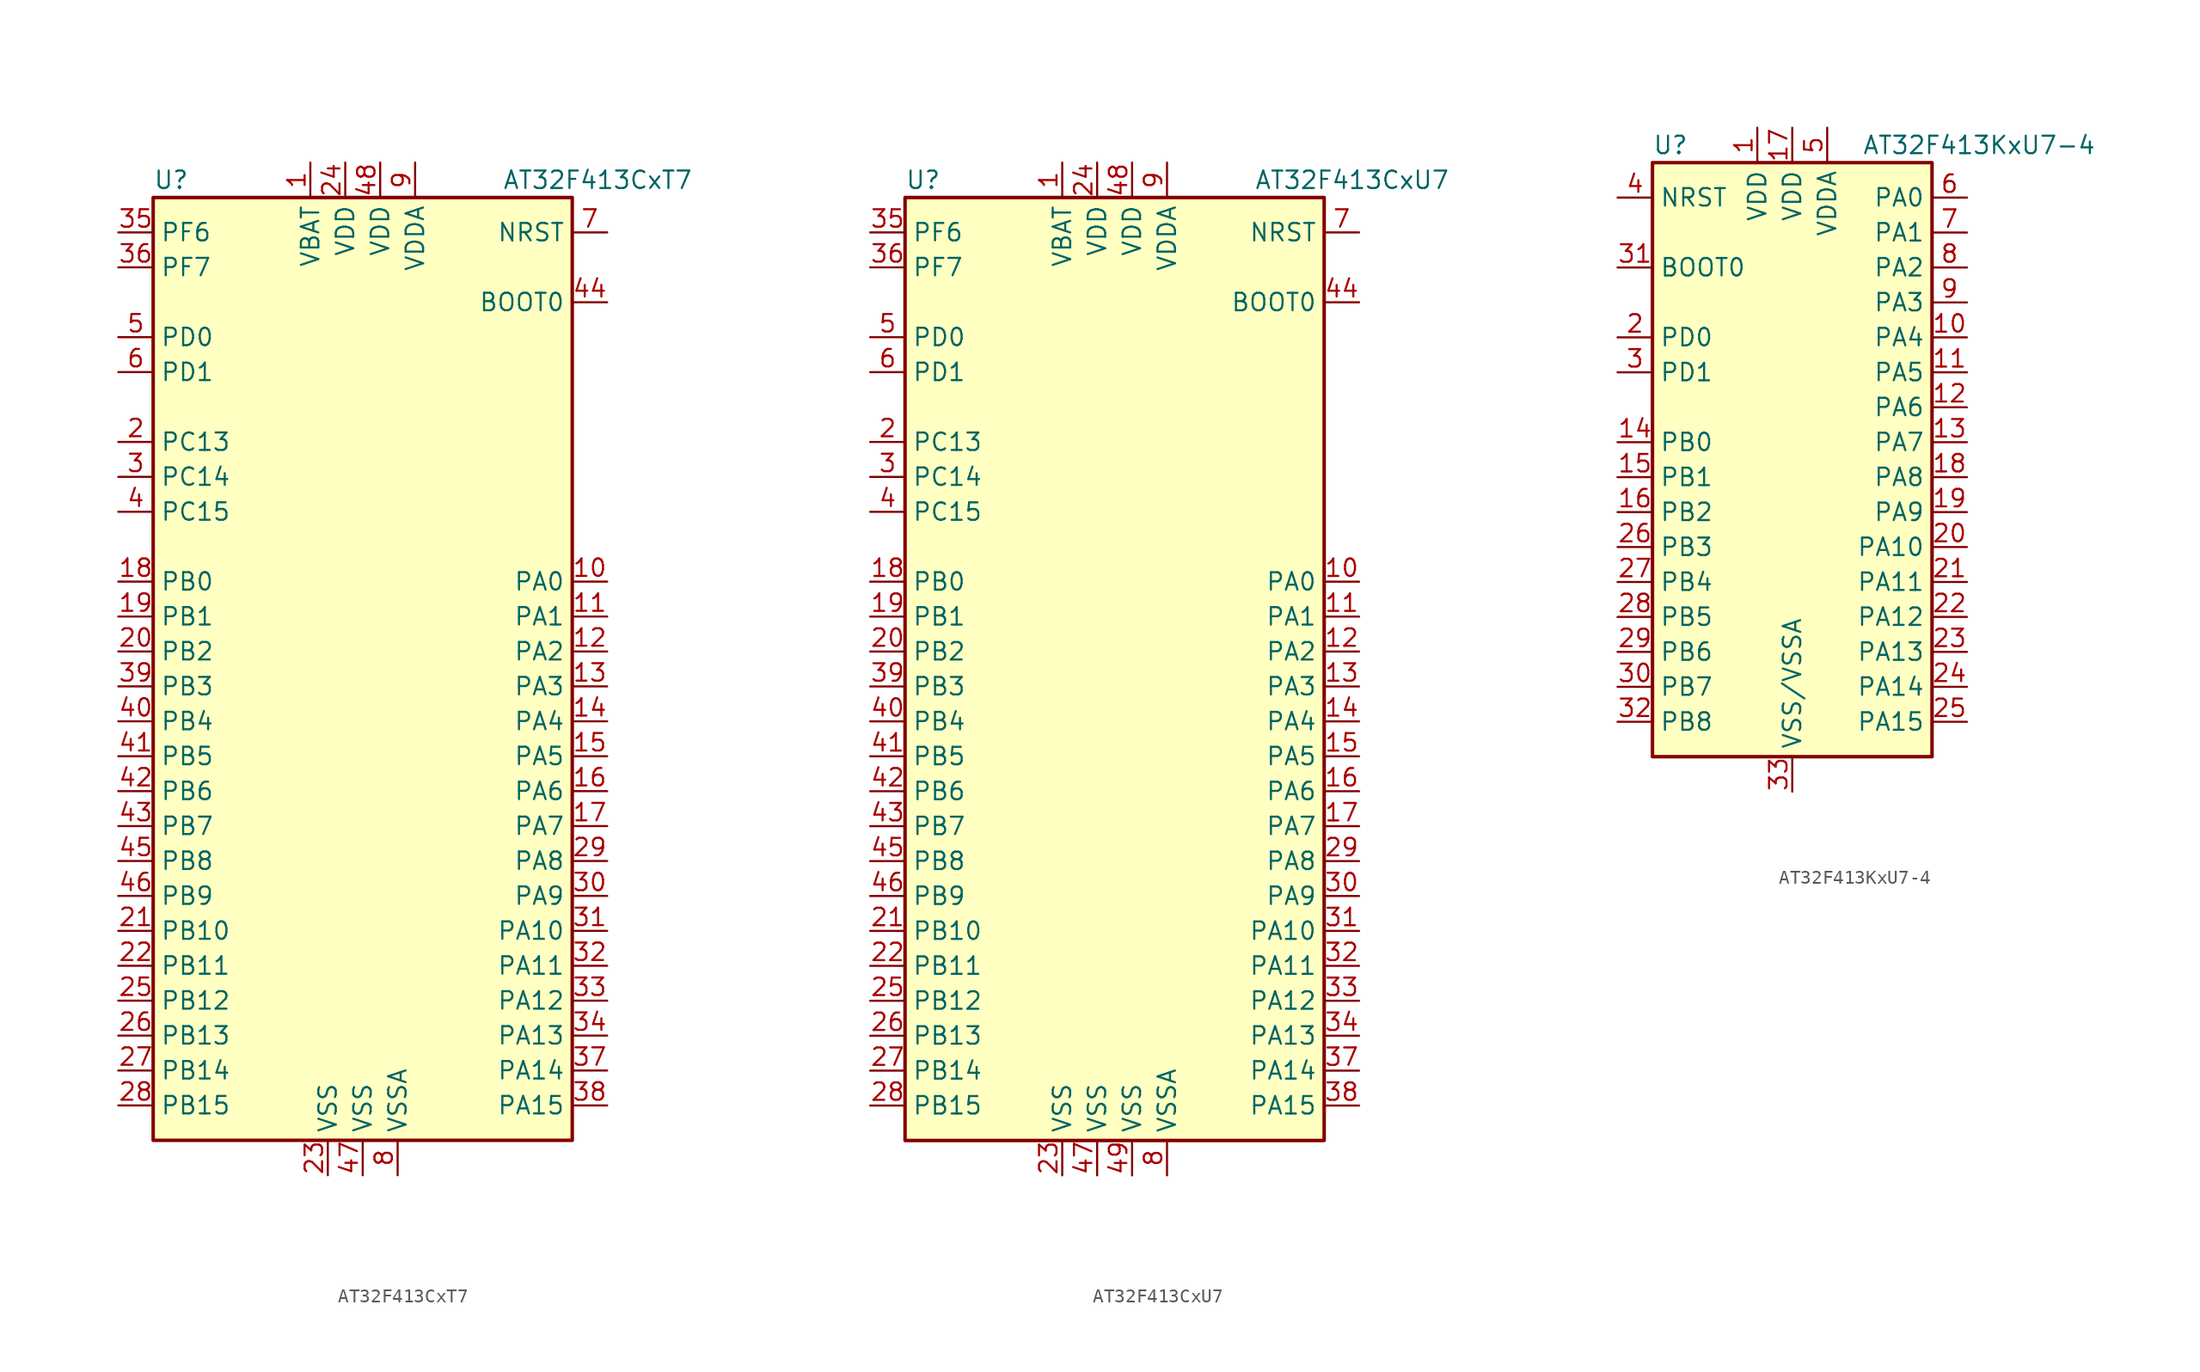
<source format=kicad_sym>
(kicad_symbol_lib
  (version 20220331)
  (generator kicad_symbol_editor)
  (symbol "AT32F413CxT7"
    (property "Reference" "U"
      (at -15.24 35.56 0)
      (effects (font (size 1.27 1.27)) (justify left)))
    (property "Value" "AT32F413CxT7"
      (at 10.16 35.56 0)
      (effects (font (size 1.27 1.27)) (justify left)))
    (symbol "AT32F413CxT7_0_1"
      (rectangle (start -15.24 34.29) (end 15.24 -34.29) (stroke (width 0.254) (type default)) (fill (type background))))
    (symbol "AT32F413CxT7_1_1"
      (pin power_in line (at -3.81 36.83 270) (length 2.54) (name "VBAT" (effects (font (size 1.27 1.27)))) (number "1" (effects (font (size 1.27 1.27)))))
      (pin bidirectional line (at 17.78 6.35 180) (length 2.54) (name "PA0" (effects (font (size 1.27 1.27)))) (number "10" (effects (font (size 1.27 1.27)))))
      (pin bidirectional line (at 17.78 3.81 180) (length 2.54) (name "PA1" (effects (font (size 1.27 1.27)))) (number "11" (effects (font (size 1.27 1.27)))))
      (pin bidirectional line (at 17.78 1.27 180) (length 2.54) (name "PA2" (effects (font (size 1.27 1.27)))) (number "12" (effects (font (size 1.27 1.27)))))
      (pin bidirectional line (at 17.78 -1.27 180) (length 2.54) (name "PA3" (effects (font (size 1.27 1.27)))) (number "13" (effects (font (size 1.27 1.27)))))
      (pin bidirectional line (at 17.78 -3.81 180) (length 2.54) (name "PA4" (effects (font (size 1.27 1.27)))) (number "14" (effects (font (size 1.27 1.27)))))
      (pin bidirectional line (at 17.78 -6.35 180) (length 2.54) (name "PA5" (effects (font (size 1.27 1.27)))) (number "15" (effects (font (size 1.27 1.27)))))
      (pin bidirectional line (at 17.78 -8.89 180) (length 2.54) (name "PA6" (effects (font (size 1.27 1.27)))) (number "16" (effects (font (size 1.27 1.27)))))
      (pin bidirectional line (at 17.78 -11.43 180) (length 2.54) (name "PA7" (effects (font (size 1.27 1.27)))) (number "17" (effects (font (size 1.27 1.27)))))
      (pin bidirectional line (at -17.78 6.35 0) (length 2.54) (name "PB0" (effects (font (size 1.27 1.27)))) (number "18" (effects (font (size 1.27 1.27)))))
      (pin bidirectional line (at -17.78 3.81 0) (length 2.54) (name "PB1" (effects (font (size 1.27 1.27)))) (number "19" (effects (font (size 1.27 1.27)))))
      (pin bidirectional line (at -17.78 16.51 0) (length 2.54) (name "PC13" (effects (font (size 1.27 1.27)))) (number "2" (effects (font (size 1.27 1.27)))))
      (pin bidirectional line (at -17.78 1.27 0) (length 2.54) (name "PB2" (effects (font (size 1.27 1.27)))) (number "20" (effects (font (size 1.27 1.27)))))
      (pin bidirectional line (at -17.78 -19.05 0) (length 2.54) (name "PB10" (effects (font (size 1.27 1.27)))) (number "21" (effects (font (size 1.27 1.27)))))
      (pin bidirectional line (at -17.78 -21.59 0) (length 2.54) (name "PB11" (effects (font (size 1.27 1.27)))) (number "22" (effects (font (size 1.27 1.27)))))
      (pin power_in line (at -2.54 -36.83 90) (length 2.54) (name "VSS" (effects (font (size 1.27 1.27)))) (number "23" (effects (font (size 1.27 1.27)))))
      (pin power_in line (at -1.27 36.83 270) (length 2.54) (name "VDD" (effects (font (size 1.27 1.27)))) (number "24" (effects (font (size 1.27 1.27)))))
      (pin bidirectional line (at -17.78 -24.13 0) (length 2.54) (name "PB12" (effects (font (size 1.27 1.27)))) (number "25" (effects (font (size 1.27 1.27)))))
      (pin bidirectional line (at -17.78 -26.67 0) (length 2.54) (name "PB13" (effects (font (size 1.27 1.27)))) (number "26" (effects (font (size 1.27 1.27)))))
      (pin bidirectional line (at -17.78 -29.21 0) (length 2.54) (name "PB14" (effects (font (size 1.27 1.27)))) (number "27" (effects (font (size 1.27 1.27)))))
      (pin bidirectional line (at -17.78 -31.75 0) (length 2.54) (name "PB15" (effects (font (size 1.27 1.27)))) (number "28" (effects (font (size 1.27 1.27)))))
      (pin bidirectional line (at 17.78 -13.97 180) (length 2.54) (name "PA8" (effects (font (size 1.27 1.27)))) (number "29" (effects (font (size 1.27 1.27)))))
      (pin bidirectional line (at -17.78 13.97 0) (length 2.54) (name "PC14" (effects (font (size 1.27 1.27)))) (number "3" (effects (font (size 1.27 1.27)))))
      (pin bidirectional line (at 17.78 -16.51 180) (length 2.54) (name "PA9" (effects (font (size 1.27 1.27)))) (number "30" (effects (font (size 1.27 1.27)))))
      (pin bidirectional line (at 17.78 -19.05 180) (length 2.54) (name "PA10" (effects (font (size 1.27 1.27)))) (number "31" (effects (font (size 1.27 1.27)))))
      (pin bidirectional line (at 17.78 -21.59 180) (length 2.54) (name "PA11" (effects (font (size 1.27 1.27)))) (number "32" (effects (font (size 1.27 1.27)))))
      (pin bidirectional line (at 17.78 -24.13 180) (length 2.54) (name "PA12" (effects (font (size 1.27 1.27)))) (number "33" (effects (font (size 1.27 1.27)))))
      (pin bidirectional line (at 17.78 -26.67 180) (length 2.54) (name "PA13" (effects (font (size 1.27 1.27)))) (number "34" (effects (font (size 1.27 1.27)))))
      (pin bidirectional line (at -17.78 31.75 0) (length 2.54) (name "PF6" (effects (font (size 1.27 1.27)))) (number "35" (effects (font (size 1.27 1.27)))))
      (pin bidirectional line (at -17.78 29.21 0) (length 2.54) (name "PF7" (effects (font (size 1.27 1.27)))) (number "36" (effects (font (size 1.27 1.27)))))
      (pin bidirectional line (at 17.78 -29.21 180) (length 2.54) (name "PA14" (effects (font (size 1.27 1.27)))) (number "37" (effects (font (size 1.27 1.27)))))
      (pin bidirectional line (at 17.78 -31.75 180) (length 2.54) (name "PA15" (effects (font (size 1.27 1.27)))) (number "38" (effects (font (size 1.27 1.27)))))
      (pin bidirectional line (at -17.78 -1.27 0) (length 2.54) (name "PB3" (effects (font (size 1.27 1.27)))) (number "39" (effects (font (size 1.27 1.27)))))
      (pin bidirectional line (at -17.78 11.43 0) (length 2.54) (name "PC15" (effects (font (size 1.27 1.27)))) (number "4" (effects (font (size 1.27 1.27)))))
      (pin bidirectional line (at -17.78 -3.81 0) (length 2.54) (name "PB4" (effects (font (size 1.27 1.27)))) (number "40" (effects (font (size 1.27 1.27)))))
      (pin bidirectional line (at -17.78 -6.35 0) (length 2.54) (name "PB5" (effects (font (size 1.27 1.27)))) (number "41" (effects (font (size 1.27 1.27)))))
      (pin bidirectional line (at -17.78 -8.89 0) (length 2.54) (name "PB6" (effects (font (size 1.27 1.27)))) (number "42" (effects (font (size 1.27 1.27)))))
      (pin bidirectional line (at -17.78 -11.43 0) (length 2.54) (name "PB7" (effects (font (size 1.27 1.27)))) (number "43" (effects (font (size 1.27 1.27)))))
      (pin input line (at 17.78 26.67 180) (length 2.54) (name "BOOT0" (effects (font (size 1.27 1.27)))) (number "44" (effects (font (size 1.27 1.27)))))
      (pin bidirectional line (at -17.78 -13.97 0) (length 2.54) (name "PB8" (effects (font (size 1.27 1.27)))) (number "45" (effects (font (size 1.27 1.27)))))
      (pin bidirectional line (at -17.78 -16.51 0) (length 2.54) (name "PB9" (effects (font (size 1.27 1.27)))) (number "46" (effects (font (size 1.27 1.27)))))
      (pin power_in line (at 0 -36.83 90) (length 2.54) (name "VSS" (effects (font (size 1.27 1.27)))) (number "47" (effects (font (size 1.27 1.27)))))
      (pin power_in line (at 1.27 36.83 270) (length 2.54) (name "VDD" (effects (font (size 1.27 1.27)))) (number "48" (effects (font (size 1.27 1.27)))))
      (pin input line (at -17.78 24.13 0) (length 2.54) (name "PD0" (effects (font (size 1.27 1.27)))) (number "5" (effects (font (size 1.27 1.27)))))
      (pin input line (at -17.78 21.59 0) (length 2.54) (name "PD1" (effects (font (size 1.27 1.27)))) (number "6" (effects (font (size 1.27 1.27)))))
      (pin input line (at 17.78 31.75 180) (length 2.54) (name "NRST" (effects (font (size 1.27 1.27)))) (number "7" (effects (font (size 1.27 1.27)))))
      (pin power_in line (at 2.54 -36.83 90) (length 2.54) (name "VSSA" (effects (font (size 1.27 1.27)))) (number "8" (effects (font (size 1.27 1.27)))))
      (pin power_in line (at 3.81 36.83 270) (length 2.54) (name "VDDA" (effects (font (size 1.27 1.27)))) (number "9" (effects (font (size 1.27 1.27)))))))
  (symbol "AT32F413CxU7"
    (property "Reference" "U"
      (at -15.24 35.56 0)
      (effects (font (size 1.27 1.27)) (justify left)))
    (property "Value" "AT32F413CxU7"
      (at 10.16 35.56 0)
      (effects (font (size 1.27 1.27)) (justify left)))
    (symbol "AT32F413CxU7_0_1"
      (rectangle (start -15.24 34.29) (end 15.24 -34.29) (stroke (width 0.254) (type default)) (fill (type background))))
    (symbol "AT32F413CxU7_1_1"
      (pin power_in line (at -3.81 36.83 270) (length 2.54) (name "VBAT" (effects (font (size 1.27 1.27)))) (number "1" (effects (font (size 1.27 1.27)))))
      (pin bidirectional line (at 17.78 6.35 180) (length 2.54) (name "PA0" (effects (font (size 1.27 1.27)))) (number "10" (effects (font (size 1.27 1.27)))))
      (pin bidirectional line (at 17.78 3.81 180) (length 2.54) (name "PA1" (effects (font (size 1.27 1.27)))) (number "11" (effects (font (size 1.27 1.27)))))
      (pin bidirectional line (at 17.78 1.27 180) (length 2.54) (name "PA2" (effects (font (size 1.27 1.27)))) (number "12" (effects (font (size 1.27 1.27)))))
      (pin bidirectional line (at 17.78 -1.27 180) (length 2.54) (name "PA3" (effects (font (size 1.27 1.27)))) (number "13" (effects (font (size 1.27 1.27)))))
      (pin bidirectional line (at 17.78 -3.81 180) (length 2.54) (name "PA4" (effects (font (size 1.27 1.27)))) (number "14" (effects (font (size 1.27 1.27)))))
      (pin bidirectional line (at 17.78 -6.35 180) (length 2.54) (name "PA5" (effects (font (size 1.27 1.27)))) (number "15" (effects (font (size 1.27 1.27)))))
      (pin bidirectional line (at 17.78 -8.89 180) (length 2.54) (name "PA6" (effects (font (size 1.27 1.27)))) (number "16" (effects (font (size 1.27 1.27)))))
      (pin bidirectional line (at 17.78 -11.43 180) (length 2.54) (name "PA7" (effects (font (size 1.27 1.27)))) (number "17" (effects (font (size 1.27 1.27)))))
      (pin bidirectional line (at -17.78 6.35 0) (length 2.54) (name "PB0" (effects (font (size 1.27 1.27)))) (number "18" (effects (font (size 1.27 1.27)))))
      (pin bidirectional line (at -17.78 3.81 0) (length 2.54) (name "PB1" (effects (font (size 1.27 1.27)))) (number "19" (effects (font (size 1.27 1.27)))))
      (pin bidirectional line (at -17.78 16.51 0) (length 2.54) (name "PC13" (effects (font (size 1.27 1.27)))) (number "2" (effects (font (size 1.27 1.27)))))
      (pin bidirectional line (at -17.78 1.27 0) (length 2.54) (name "PB2" (effects (font (size 1.27 1.27)))) (number "20" (effects (font (size 1.27 1.27)))))
      (pin bidirectional line (at -17.78 -19.05 0) (length 2.54) (name "PB10" (effects (font (size 1.27 1.27)))) (number "21" (effects (font (size 1.27 1.27)))))
      (pin bidirectional line (at -17.78 -21.59 0) (length 2.54) (name "PB11" (effects (font (size 1.27 1.27)))) (number "22" (effects (font (size 1.27 1.27)))))
      (pin power_in line (at -3.81 -36.83 90) (length 2.54) (name "VSS" (effects (font (size 1.27 1.27)))) (number "23" (effects (font (size 1.27 1.27)))))
      (pin power_in line (at -1.27 36.83 270) (length 2.54) (name "VDD" (effects (font (size 1.27 1.27)))) (number "24" (effects (font (size 1.27 1.27)))))
      (pin bidirectional line (at -17.78 -24.13 0) (length 2.54) (name "PB12" (effects (font (size 1.27 1.27)))) (number "25" (effects (font (size 1.27 1.27)))))
      (pin bidirectional line (at -17.78 -26.67 0) (length 2.54) (name "PB13" (effects (font (size 1.27 1.27)))) (number "26" (effects (font (size 1.27 1.27)))))
      (pin bidirectional line (at -17.78 -29.21 0) (length 2.54) (name "PB14" (effects (font (size 1.27 1.27)))) (number "27" (effects (font (size 1.27 1.27)))))
      (pin bidirectional line (at -17.78 -31.75 0) (length 2.54) (name "PB15" (effects (font (size 1.27 1.27)))) (number "28" (effects (font (size 1.27 1.27)))))
      (pin bidirectional line (at 17.78 -13.97 180) (length 2.54) (name "PA8" (effects (font (size 1.27 1.27)))) (number "29" (effects (font (size 1.27 1.27)))))
      (pin bidirectional line (at -17.78 13.97 0) (length 2.54) (name "PC14" (effects (font (size 1.27 1.27)))) (number "3" (effects (font (size 1.27 1.27)))))
      (pin bidirectional line (at 17.78 -16.51 180) (length 2.54) (name "PA9" (effects (font (size 1.27 1.27)))) (number "30" (effects (font (size 1.27 1.27)))))
      (pin bidirectional line (at 17.78 -19.05 180) (length 2.54) (name "PA10" (effects (font (size 1.27 1.27)))) (number "31" (effects (font (size 1.27 1.27)))))
      (pin bidirectional line (at 17.78 -21.59 180) (length 2.54) (name "PA11" (effects (font (size 1.27 1.27)))) (number "32" (effects (font (size 1.27 1.27)))))
      (pin bidirectional line (at 17.78 -24.13 180) (length 2.54) (name "PA12" (effects (font (size 1.27 1.27)))) (number "33" (effects (font (size 1.27 1.27)))))
      (pin bidirectional line (at 17.78 -26.67 180) (length 2.54) (name "PA13" (effects (font (size 1.27 1.27)))) (number "34" (effects (font (size 1.27 1.27)))))
      (pin bidirectional line (at -17.78 31.75 0) (length 2.54) (name "PF6" (effects (font (size 1.27 1.27)))) (number "35" (effects (font (size 1.27 1.27)))))
      (pin bidirectional line (at -17.78 29.21 0) (length 2.54) (name "PF7" (effects (font (size 1.27 1.27)))) (number "36" (effects (font (size 1.27 1.27)))))
      (pin bidirectional line (at 17.78 -29.21 180) (length 2.54) (name "PA14" (effects (font (size 1.27 1.27)))) (number "37" (effects (font (size 1.27 1.27)))))
      (pin bidirectional line (at 17.78 -31.75 180) (length 2.54) (name "PA15" (effects (font (size 1.27 1.27)))) (number "38" (effects (font (size 1.27 1.27)))))
      (pin bidirectional line (at -17.78 -1.27 0) (length 2.54) (name "PB3" (effects (font (size 1.27 1.27)))) (number "39" (effects (font (size 1.27 1.27)))))
      (pin bidirectional line (at -17.78 11.43 0) (length 2.54) (name "PC15" (effects (font (size 1.27 1.27)))) (number "4" (effects (font (size 1.27 1.27)))))
      (pin bidirectional line (at -17.78 -3.81 0) (length 2.54) (name "PB4" (effects (font (size 1.27 1.27)))) (number "40" (effects (font (size 1.27 1.27)))))
      (pin bidirectional line (at -17.78 -6.35 0) (length 2.54) (name "PB5" (effects (font (size 1.27 1.27)))) (number "41" (effects (font (size 1.27 1.27)))))
      (pin bidirectional line (at -17.78 -8.89 0) (length 2.54) (name "PB6" (effects (font (size 1.27 1.27)))) (number "42" (effects (font (size 1.27 1.27)))))
      (pin bidirectional line (at -17.78 -11.43 0) (length 2.54) (name "PB7" (effects (font (size 1.27 1.27)))) (number "43" (effects (font (size 1.27 1.27)))))
      (pin input line (at 17.78 26.67 180) (length 2.54) (name "BOOT0" (effects (font (size 1.27 1.27)))) (number "44" (effects (font (size 1.27 1.27)))))
      (pin bidirectional line (at -17.78 -13.97 0) (length 2.54) (name "PB8" (effects (font (size 1.27 1.27)))) (number "45" (effects (font (size 1.27 1.27)))))
      (pin bidirectional line (at -17.78 -16.51 0) (length 2.54) (name "PB9" (effects (font (size 1.27 1.27)))) (number "46" (effects (font (size 1.27 1.27)))))
      (pin power_in line (at -1.27 -36.83 90) (length 2.54) (name "VSS" (effects (font (size 1.27 1.27)))) (number "47" (effects (font (size 1.27 1.27)))))
      (pin power_in line (at 1.27 36.83 270) (length 2.54) (name "VDD" (effects (font (size 1.27 1.27)))) (number "48" (effects (font (size 1.27 1.27)))))
      (pin power_in line (at 1.27 -36.83 90) (length 2.54) (name "VSS" (effects (font (size 1.27 1.27)))) (number "49" (effects (font (size 1.27 1.27)))))
      (pin input line (at -17.78 24.13 0) (length 2.54) (name "PD0" (effects (font (size 1.27 1.27)))) (number "5" (effects (font (size 1.27 1.27)))))
      (pin input line (at -17.78 21.59 0) (length 2.54) (name "PD1" (effects (font (size 1.27 1.27)))) (number "6" (effects (font (size 1.27 1.27)))))
      (pin input line (at 17.78 31.75 180) (length 2.54) (name "NRST" (effects (font (size 1.27 1.27)))) (number "7" (effects (font (size 1.27 1.27)))))
      (pin power_in line (at 3.81 -36.83 90) (length 2.54) (name "VSSA" (effects (font (size 1.27 1.27)))) (number "8" (effects (font (size 1.27 1.27)))))
      (pin power_in line (at 3.81 36.83 270) (length 2.54) (name "VDDA" (effects (font (size 1.27 1.27)))) (number "9" (effects (font (size 1.27 1.27)))))))
  (symbol "AT32F413KxU7-4"
    (property "Reference" "U"
      (at -10.16 22.86 0)
      (effects (font (size 1.27 1.27)) (justify left)))
    (property "Value" "AT32F413KxU7-4"
      (at 5.08 22.86 0)
      (effects (font (size 1.27 1.27)) (justify left)))
    (symbol "AT32F413KxU7-4_0_1"
      (rectangle (start -10.16 21.59) (end 10.16 -21.59) (stroke (width 0.254) (type default)) (fill (type background))))
    (symbol "AT32F413KxU7-4_1_1"
      (pin power_in line (at -2.54 24.13 270) (length 2.54) (name "VDD" (effects (font (size 1.27 1.27)))) (number "1" (effects (font (size 1.27 1.27)))))
      (pin bidirectional line (at 12.7 8.89 180) (length 2.54) (name "PA4" (effects (font (size 1.27 1.27)))) (number "10" (effects (font (size 1.27 1.27)))))
      (pin bidirectional line (at 12.7 6.35 180) (length 2.54) (name "PA5" (effects (font (size 1.27 1.27)))) (number "11" (effects (font (size 1.27 1.27)))))
      (pin bidirectional line (at 12.7 3.81 180) (length 2.54) (name "PA6" (effects (font (size 1.27 1.27)))) (number "12" (effects (font (size 1.27 1.27)))))
      (pin bidirectional line (at 12.7 1.27 180) (length 2.54) (name "PA7" (effects (font (size 1.27 1.27)))) (number "13" (effects (font (size 1.27 1.27)))))
      (pin bidirectional line (at -12.7 1.27 0) (length 2.54) (name "PB0" (effects (font (size 1.27 1.27)))) (number "14" (effects (font (size 1.27 1.27)))))
      (pin bidirectional line (at -12.7 -1.27 0) (length 2.54) (name "PB1" (effects (font (size 1.27 1.27)))) (number "15" (effects (font (size 1.27 1.27)))))
      (pin bidirectional line (at -12.7 -3.81 0) (length 2.54) (name "PB2" (effects (font (size 1.27 1.27)))) (number "16" (effects (font (size 1.27 1.27)))))
      (pin power_in line (at 0 24.13 270) (length 2.54) (name "VDD" (effects (font (size 1.27 1.27)))) (number "17" (effects (font (size 1.27 1.27)))))
      (pin bidirectional line (at 12.7 -1.27 180) (length 2.54) (name "PA8" (effects (font (size 1.27 1.27)))) (number "18" (effects (font (size 1.27 1.27)))))
      (pin bidirectional line (at 12.7 -3.81 180) (length 2.54) (name "PA9" (effects (font (size 1.27 1.27)))) (number "19" (effects (font (size 1.27 1.27)))))
      (pin input line (at -12.7 8.89 0) (length 2.54) (name "PD0" (effects (font (size 1.27 1.27)))) (number "2" (effects (font (size 1.27 1.27)))))
      (pin bidirectional line (at 12.7 -6.35 180) (length 2.54) (name "PA10" (effects (font (size 1.27 1.27)))) (number "20" (effects (font (size 1.27 1.27)))))
      (pin bidirectional line (at 12.7 -8.89 180) (length 2.54) (name "PA11" (effects (font (size 1.27 1.27)))) (number "21" (effects (font (size 1.27 1.27)))))
      (pin bidirectional line (at 12.7 -11.43 180) (length 2.54) (name "PA12" (effects (font (size 1.27 1.27)))) (number "22" (effects (font (size 1.27 1.27)))))
      (pin bidirectional line (at 12.7 -13.97 180) (length 2.54) (name "PA13" (effects (font (size 1.27 1.27)))) (number "23" (effects (font (size 1.27 1.27)))))
      (pin bidirectional line (at 12.7 -16.51 180) (length 2.54) (name "PA14" (effects (font (size 1.27 1.27)))) (number "24" (effects (font (size 1.27 1.27)))))
      (pin bidirectional line (at 12.7 -19.05 180) (length 2.54) (name "PA15" (effects (font (size 1.27 1.27)))) (number "25" (effects (font (size 1.27 1.27)))))
      (pin bidirectional line (at -12.7 -6.35 0) (length 2.54) (name "PB3" (effects (font (size 1.27 1.27)))) (number "26" (effects (font (size 1.27 1.27)))))
      (pin bidirectional line (at -12.7 -8.89 0) (length 2.54) (name "PB4" (effects (font (size 1.27 1.27)))) (number "27" (effects (font (size 1.27 1.27)))))
      (pin bidirectional line (at -12.7 -11.43 0) (length 2.54) (name "PB5" (effects (font (size 1.27 1.27)))) (number "28" (effects (font (size 1.27 1.27)))))
      (pin bidirectional line (at -12.7 -13.97 0) (length 2.54) (name "PB6" (effects (font (size 1.27 1.27)))) (number "29" (effects (font (size 1.27 1.27)))))
      (pin input line (at -12.7 6.35 0) (length 2.54) (name "PD1" (effects (font (size 1.27 1.27)))) (number "3" (effects (font (size 1.27 1.27)))))
      (pin bidirectional line (at -12.7 -16.51 0) (length 2.54) (name "PB7" (effects (font (size 1.27 1.27)))) (number "30" (effects (font (size 1.27 1.27)))))
      (pin input line (at -12.7 13.97 0) (length 2.54) (name "BOOT0" (effects (font (size 1.27 1.27)))) (number "31" (effects (font (size 1.27 1.27)))))
      (pin bidirectional line (at -12.7 -19.05 0) (length 2.54) (name "PB8" (effects (font (size 1.27 1.27)))) (number "32" (effects (font (size 1.27 1.27)))))
      (pin power_in line (at 0 -24.13 90) (length 2.54) (name "VSS/VSSA" (effects (font (size 1.27 1.27)))) (number "33" (effects (font (size 1.27 1.27)))))
      (pin input line (at -12.7 19.05 0) (length 2.54) (name "NRST" (effects (font (size 1.27 1.27)))) (number "4" (effects (font (size 1.27 1.27)))))
      (pin power_in line (at 2.54 24.13 270) (length 2.54) (name "VDDA" (effects (font (size 1.27 1.27)))) (number "5" (effects (font (size 1.27 1.27)))))
      (pin bidirectional line (at 12.7 19.05 180) (length 2.54) (name "PA0" (effects (font (size 1.27 1.27)))) (number "6" (effects (font (size 1.27 1.27)))))
      (pin bidirectional line (at 12.7 16.51 180) (length 2.54) (name "PA1" (effects (font (size 1.27 1.27)))) (number "7" (effects (font (size 1.27 1.27)))))
      (pin bidirectional line (at 12.7 13.97 180) (length 2.54) (name "PA2" (effects (font (size 1.27 1.27)))) (number "8" (effects (font (size 1.27 1.27)))))
      (pin bidirectional line (at 12.7 11.43 180) (length 2.54) (name "PA3" (effects (font (size 1.27 1.27)))) (number "9" (effects (font (size 1.27 1.27))))))))
</source>
